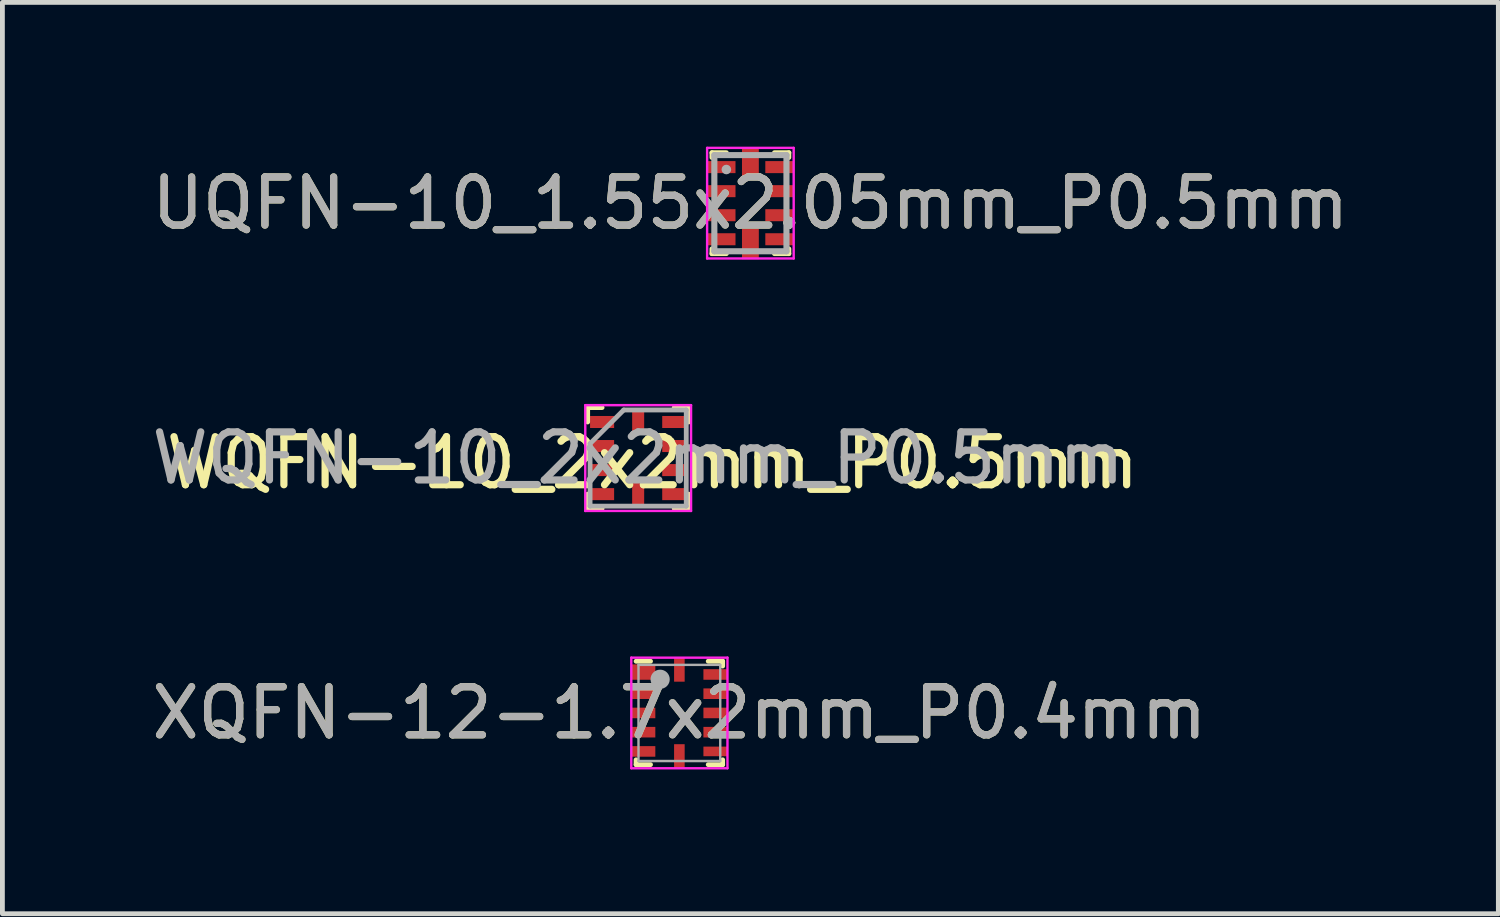
<source format=kicad_pcb>
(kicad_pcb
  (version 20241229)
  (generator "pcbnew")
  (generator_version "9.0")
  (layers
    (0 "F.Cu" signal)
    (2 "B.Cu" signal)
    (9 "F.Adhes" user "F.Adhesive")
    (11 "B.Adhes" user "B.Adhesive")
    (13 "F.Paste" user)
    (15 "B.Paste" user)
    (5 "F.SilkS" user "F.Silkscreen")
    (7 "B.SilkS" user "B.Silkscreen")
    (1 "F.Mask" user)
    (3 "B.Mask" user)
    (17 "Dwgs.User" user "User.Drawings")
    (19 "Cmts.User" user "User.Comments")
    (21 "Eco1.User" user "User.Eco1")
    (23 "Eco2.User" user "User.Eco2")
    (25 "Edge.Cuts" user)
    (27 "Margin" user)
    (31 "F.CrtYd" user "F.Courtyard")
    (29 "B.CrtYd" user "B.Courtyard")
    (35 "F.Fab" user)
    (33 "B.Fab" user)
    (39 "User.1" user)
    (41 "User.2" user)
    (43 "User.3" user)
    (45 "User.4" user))
  (footprint "UQFN-10_1.55x2.05mm_P0.5mm"
    (layer "F.Cu")
    (at 12.554 1.175)
    (property "Reference" "UQFN-10_1.55x2.05mm_P0.5mm" (at 0 0 0) (layer "F.SilkS") (effects (font (size 1 1) (thickness 0.15))))
    (attr smd)
    (fp_line (start -0.8 -1.05) (end -0.8 -0.95) (stroke (width 0.1) (type default)) (layer "F.SilkS"))
    (fp_line (start -0.8 -1.05) (end -0.5 -1.05) (stroke (width 0.1) (type default)) (layer "F.SilkS"))
    (fp_line (start -0.8 1.05) (end -0.8 0.95) (stroke (width 0.1) (type default)) (layer "F.SilkS"))
    (fp_line (start -0.8 1.05) (end -0.5 1.05) (stroke (width 0.1) (type default)) (layer "F.SilkS"))
    (fp_line (start 0.8 -1.05) (end 0.5 -1.05) (stroke (width 0.1) (type default)) (layer "F.SilkS"))
    (fp_line (start 0.8 -1.05) (end 0.8 -0.95) (stroke (width 0.1) (type default)) (layer "F.SilkS"))
    (fp_line (start 0.8 1.05) (end 0.5 1.05) (stroke (width 0.1) (type default)) (layer "F.SilkS"))
    (fp_line (start 0.8 1.05) (end 0.8 0.95) (stroke (width 0.1) (type default)) (layer "F.SilkS"))
    (fp_line (start -0.9 -1.15) (end 0.9 -1.15) (stroke (width 0.05) (type default)) (layer "F.CrtYd"))
    (fp_line (start -0.9 1.15) (end -0.9 -1.15) (stroke (width 0.05) (type default)) (layer "F.CrtYd"))
    (fp_line (start 0.9 -1.15) (end 0.9 1.15) (stroke (width 0.05) (type default)) (layer "F.CrtYd"))
    (fp_line (start 0.9 1.15) (end -0.9 1.15) (stroke (width 0.05) (type default)) (layer "F.CrtYd"))
    (fp_line (start -0.75 -1) (end 0.75 -1) (stroke (width 0.127) (type solid)) (layer "F.Fab"))
    (fp_line (start -0.75 1) (end -0.75 -1) (stroke (width 0.127) (type solid)) (layer "F.Fab"))
    (fp_line (start 0.75 -1) (end 0.75 1) (stroke (width 0.127) (type solid)) (layer "F.Fab"))
    (fp_line (start 0.75 1) (end -0.75 1) (stroke (width 0.127) (type solid)) (layer "F.Fab"))
    (fp_circle (center -0.5 -0.7) (end -0.45 -0.7) (stroke (width 0.1) (type solid)) (fill no) (layer "F.Fab"))
    (fp_text user "${REFERENCE}" (at 0 0 0) (layer "F.Fab") (effects (font (size 1 1) (thickness 0.15))))
    (pad "1" smd rect (at -0.6 -0.75) (size 0.58 0.25) (layers "F.Cu" "F.Mask" "F.Paste"))
    (pad "2" smd rect (at -0.6 -0.25) (size 0.58 0.25) (layers "F.Cu" "F.Mask" "F.Paste"))
    (pad "3" smd rect (at -0.6 0.25) (size 0.58 0.25) (layers "F.Cu" "F.Mask" "F.Paste"))
    (pad "4" smd rect (at -0.6 0.75) (size 0.58 0.25) (layers "F.Cu" "F.Mask" "F.Paste"))
    (pad "5" smd rect (at 0 0.85 90) (size 0.63 0.35) (layers "F.Cu" "F.Mask" "F.Paste"))
    (pad "6" smd rect (at 0.6 0.75) (size 0.58 0.25) (layers "F.Cu" "F.Mask" "F.Paste"))
    (pad "7" smd rect (at 0.6 0.25) (size 0.58 0.25) (layers "F.Cu" "F.Mask" "F.Paste"))
    (pad "8" smd rect (at 0.6 -0.25) (size 0.58 0.25) (layers "F.Cu" "F.Mask" "F.Paste"))
    (pad "9" smd rect (at 0.6 -0.75) (size 0.58 0.25) (layers "F.Cu" "F.Mask" "F.Paste"))
    (pad "10" smd rect (at 0 -0.85 90) (size 0.63 0.35) (layers "F.Cu" "F.Mask" "F.Paste")))
  (footprint "XQFN-12-1.7x2mm_P0.4mm"
    (layer "F.Cu")
    (at 11.077 11.775)
    (property "Reference" "XQFN-12-1.7x2mm_P0.4mm" (at 0 0 0) (unlocked yes) (layer "F.SilkS") (effects (font (size 1 1) (thickness 0.15))))
    (attr smd)
    (fp_line (start -0.9 -1.075) (end -0.6 -1.075) (stroke (width 0.1) (type default)) (layer "F.SilkS"))
    (fp_line (start -0.9 1.075) (end -0.9 0.975) (stroke (width 0.1) (type default)) (layer "F.SilkS"))
    (fp_line (start -0.9 1.075) (end -0.6 1.075) (stroke (width 0.1) (type default)) (layer "F.SilkS"))
    (fp_line (start 0.9 -1.075) (end 0.6 -1.075) (stroke (width 0.1) (type default)) (layer "F.SilkS"))
    (fp_line (start 0.9 -1.075) (end 0.9 -0.975) (stroke (width 0.1) (type default)) (layer "F.SilkS"))
    (fp_line (start 0.9 1.075) (end 0.6 1.075) (stroke (width 0.1) (type default)) (layer "F.SilkS"))
    (fp_line (start 0.9 1.075) (end 0.9 0.975) (stroke (width 0.1) (type default)) (layer "F.SilkS"))
    (fp_line (start -1 -1.15) (end 1 -1.15) (stroke (width 0.05) (type default)) (layer "F.CrtYd"))
    (fp_line (start -1 1.15) (end -1 -1.15) (stroke (width 0.05) (type default)) (layer "F.CrtYd"))
    (fp_line (start 1 -1.15) (end 1 1.15) (stroke (width 0.05) (type default)) (layer "F.CrtYd"))
    (fp_line (start 1 1.15) (end -1 1.15) (stroke (width 0.05) (type default)) (layer "F.CrtYd"))
    (fp_line (start -0.85 -1) (end -0.85 1) (stroke (width 0.05) (type solid)) (layer "F.Fab"))
    (fp_line (start -0.85 1) (end 0.85 1) (stroke (width 0.05) (type solid)) (layer "F.Fab"))
    (fp_line (start 0.85 -1) (end -0.85 -1) (stroke (width 0.05) (type solid)) (layer "F.Fab"))
    (fp_line (start 0.85 1) (end 0.85 -1) (stroke (width 0.05) (type solid)) (layer "F.Fab"))
    (fp_circle (center -0.4 -0.7) (end -0.3 -0.7) (stroke (width 0.2) (type default)) (fill no) (layer "F.Fab"))
    (fp_text user "${REFERENCE}" (at 0 0 0) (unlocked yes) (layer "F.Fab") (effects (font (size 1 1) (thickness 0.15))))
    (pad "1" smd rect (at -0.75 -0.85) (size 0.5 0.32) (layers "F.Cu" "F.Mask" "F.Paste"))
    (pad "2" smd rect (at -0.75 -0.4) (size 0.5 0.22) (layers "F.Cu" "F.Mask" "F.Paste"))
    (pad "3" smd rect (at -0.75 0) (size 0.5 0.22) (layers "F.Cu" "F.Mask" "F.Paste"))
    (pad "4" smd rect (at -0.75 0.4) (size 0.5 0.22) (layers "F.Cu" "F.Mask" "F.Paste"))
    (pad "5" smd rect (at -0.75 0.8) (size 0.5 0.22) (layers "F.Cu" "F.Mask" "F.Paste"))
    (pad "6" smd rect (at 0 0.9 90) (size 0.5 0.22) (layers "F.Cu" "F.Mask" "F.Paste"))
    (pad "7" smd rect (at 0.75 0.8) (size 0.5 0.2) (layers "F.Cu" "F.Mask" "F.Paste"))
    (pad "8" smd rect (at 0.75 0.4) (size 0.5 0.22) (layers "F.Cu" "F.Mask" "F.Paste"))
    (pad "9" smd rect (at 0.75 0) (size 0.5 0.22) (layers "F.Cu" "F.Mask" "F.Paste"))
    (pad "10" smd rect (at 0.75 -0.4) (size 0.5 0.22) (layers "F.Cu" "F.Mask" "F.Paste"))
    (pad "11" smd rect (at 0.75 -0.8) (size 0.5 0.22) (layers "F.Cu" "F.Mask" "F.Paste"))
    (pad "12" smd rect (at 0 -0.9 90) (size 0.5 0.22) (layers "F.Cu" "F.Mask" "F.Paste")))
  (footprint "WQFN-10_2x2mm_P0.5mm"
    (layer "F.Cu")
    (at 10.22 6.475)
    (property "Reference" "WQFN-10_2x2mm_P0.5mm" (at 0.3 0.1 0) (layer "F.SilkS") (effects (font (size 1 1) (thickness 0.15))))
    (attr smd)
    (fp_line (start -1.05 -1.05) (end -1.05 -0.75) (stroke (width 0.1) (type default)) (layer "F.SilkS"))
    (fp_line (start -1.05 -1.05) (end -0.75 -1.05) (stroke (width 0.1) (type default)) (layer "F.SilkS"))
    (fp_line (start -1.05 1.05) (end -1.05 0.75) (stroke (width 0.1) (type default)) (layer "F.SilkS"))
    (fp_line (start -1.05 1.05) (end -0.75 1.05) (stroke (width 0.1) (type default)) (layer "F.SilkS"))
    (fp_line (start 1.05 -1.05) (end 0.75 -1.05) (stroke (width 0.1) (type default)) (layer "F.SilkS"))
    (fp_line (start 1.05 -1.05) (end 1.05 -0.75) (stroke (width 0.1) (type default)) (layer "F.SilkS"))
    (fp_line (start 1.05 1.05) (end 0.75 1.05) (stroke (width 0.1) (type default)) (layer "F.SilkS"))
    (fp_line (start 1.05 1.05) (end 1.05 0.75) (stroke (width 0.1) (type default)) (layer "F.SilkS"))
    (fp_line (start -1.1 -1.1) (end -1.1 1.1) (stroke (width 0.05) (type solid)) (layer "F.CrtYd"))
    (fp_line (start -1.1 1.1) (end 1.1 1.1) (stroke (width 0.05) (type solid)) (layer "F.CrtYd"))
    (fp_line (start 1.1 -1.1) (end -1.1 -1.1) (stroke (width 0.05) (type solid)) (layer "F.CrtYd"))
    (fp_line (start 1.1 1.1) (end 1.1 -1.1) (stroke (width 0.05) (type solid)) (layer "F.CrtYd"))
    (fp_line (start -1 -0.3) (end -0.3 -1) (stroke (width 0.1) (type solid)) (layer "F.Fab"))
    (fp_line (start -1 1) (end -1 -0.3) (stroke (width 0.1) (type solid)) (layer "F.Fab"))
    (fp_line (start -0.3 -1) (end 1 -1) (stroke (width 0.1) (type solid)) (layer "F.Fab"))
    (fp_line (start 1 -1) (end 1 1) (stroke (width 0.1) (type solid)) (layer "F.Fab"))
    (fp_line (start 1 1) (end -1 1) (stroke (width 0.1) (type solid)) (layer "F.Fab"))
    (fp_text user "${REFERENCE}" (at 0 0 0) (layer "F.Fab") (effects (font (size 1 1) (thickness 0.15))))
    (pad "1" smd rect (at -0.75 -0.75) (size 0.5 0.25) (layers "F.Cu" "F.Mask" "F.Paste"))
    (pad "2" smd rect (at -0.75 -0.25) (size 0.5 0.25) (layers "F.Cu" "F.Mask" "F.Paste"))
    (pad "3" smd rect (at -0.75 0.25) (size 0.5 0.25) (layers "F.Cu" "F.Mask" "F.Paste"))
    (pad "4" smd rect (at -0.75 0.75 90) (size 0.25 0.5) (layers "F.Cu" "F.Mask" "F.Paste"))
    (pad "5" smd rect (at 0 0.75) (size 0.25 0.5) (layers "F.Cu" "F.Mask" "F.Paste"))
    (pad "6" smd rect (at 0.75 0.75 90) (size 0.25 0.5) (layers "F.Cu" "F.Mask" "F.Paste"))
    (pad "7" smd rect (at 0.75 0.25 90) (size 0.25 0.5) (layers "F.Cu" "F.Mask" "F.Paste"))
    (pad "8" smd rect (at 0.75 -0.25) (size 0.5 0.25) (layers "F.Cu" "F.Mask" "F.Paste"))
    (pad "9" smd rect (at 0.75 -0.75) (size 0.5 0.25) (layers "F.Cu" "F.Mask" "F.Paste"))
    (pad "10" smd rect (at 0 -0.75 90) (size 0.5 0.25) (layers "F.Cu" "F.Mask" "F.Paste")))
  (gr_rect
    (start -3 -3)
    (end 28.107 15.95)
    (stroke (width 0.1) (type default))
    (fill no)
    (layer "Edge.Cuts")))
</source>
